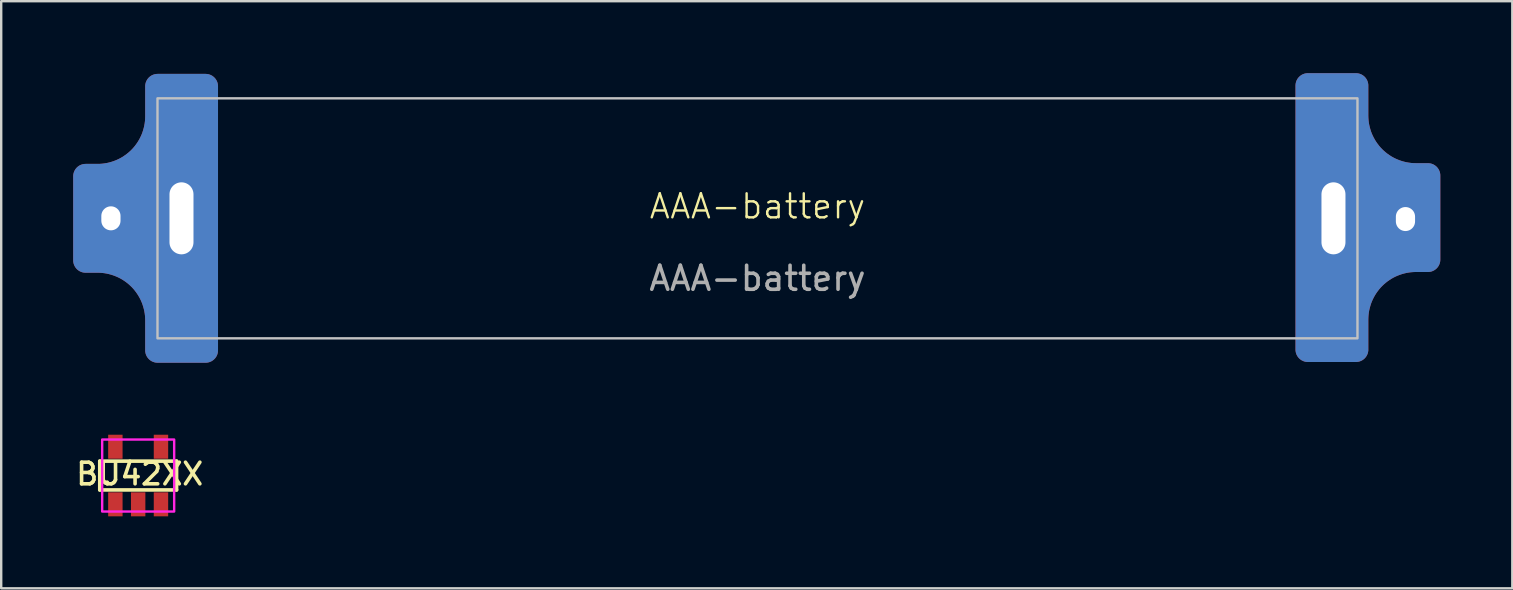
<source format=kicad_pcb>
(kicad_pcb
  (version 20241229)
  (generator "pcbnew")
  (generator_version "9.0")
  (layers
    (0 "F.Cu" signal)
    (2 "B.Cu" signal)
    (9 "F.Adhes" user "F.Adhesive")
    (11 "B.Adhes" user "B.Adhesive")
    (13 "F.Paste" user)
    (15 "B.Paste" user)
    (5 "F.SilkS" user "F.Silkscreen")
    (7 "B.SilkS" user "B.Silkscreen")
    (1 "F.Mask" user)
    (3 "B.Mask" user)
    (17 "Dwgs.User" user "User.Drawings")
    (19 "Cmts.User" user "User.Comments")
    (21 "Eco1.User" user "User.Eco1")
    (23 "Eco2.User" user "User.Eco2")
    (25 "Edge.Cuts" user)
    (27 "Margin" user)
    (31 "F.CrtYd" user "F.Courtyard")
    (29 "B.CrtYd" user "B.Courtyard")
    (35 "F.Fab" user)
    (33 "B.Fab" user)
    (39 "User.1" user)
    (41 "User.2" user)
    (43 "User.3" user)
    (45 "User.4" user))
  (footprint "AAA-battery"
    (layer "F.Cu")
    (at 28.512 6.047)
    (property "Reference" "AAA-battery" (at 0 -0.5 0) (unlocked yes) (layer "F.SilkS") (effects (font (size 1 1) (thickness 0.1))))
    (attr through_hole)
    (fp_rect (start -25 -5) (end 25 5) (stroke (width 0.1) (type default)) (fill no) (layer "Dwgs.User"))
    (fp_text user "${REFERENCE}" (at 0 2.5 0) (unlocked yes) (layer "F.Fab") (effects (font (size 1 1) (thickness 0.15))))
    (pad "1" thru_hole circle (at -26.94 0) (size 1 1) (drill oval 0.8 3.5) (layers "*.Cu" "*.Mask"))
    (pad "1" thru_hole custom (at -24 0 90) (size 3 3) (drill oval 10 1) (layers "*.Cu" "*.Mask") (options (anchor circle)) (primitives (gr_poly (pts (xy 6 -1.02) (xy 5.998 -1.045) (xy 5.995 -1.069) (xy 5.991 -1.093) (xy 5.986 -1.117) (xy 5.979 -1.14) (xy 5.971 -1.164) (xy 5.963 -1.186) (xy 5.953 -1.209) (xy 5.942 -1.231) (xy 5.93 -1.252) (xy 5.917 -1.273) (xy 5.902 -1.293) (xy 5.887 -1.312) (xy 5.871 -1.331) (xy 5.854 -1.349) (xy 5.836 -1.366) (xy 5.817 -1.382) (xy 5.798 -1.397) (xy 5.778 -1.411) (xy 5.757 -1.424) (xy 5.736 -1.436) (xy 5.714 -1.447) (xy 5.692 -1.457) (xy 5.669 -1.466) (xy 5.646 -1.474) (xy 5.622 -1.48) (xy 5.599 -1.485) (xy 5.574 -1.49) (xy 5.55 -1.493) (xy 5.525 -1.495) (xy 5.501 -1.495) (xy 4.251 -1.495) (xy 4.151 -1.498) (xy 4.053 -1.505) (xy 3.955 -1.517) (xy 3.859 -1.534) (xy 3.763 -1.556) (xy 3.669 -1.582) (xy 3.576 -1.612) (xy 3.485 -1.647) (xy 3.396 -1.687) (xy 3.309 -1.731) (xy 3.224 -1.779) (xy 3.141 -1.831) (xy 3.061 -1.888) (xy 2.983 -1.948) (xy 2.908 -2.012) (xy 2.836 -2.081) (xy 2.768 -2.153) (xy 2.704 -2.228) (xy 2.643 -2.305) (xy 2.587 -2.386) (xy 2.534 -2.468) (xy 2.486 -2.553) (xy 2.442 -2.641) (xy 2.403 -2.73) (xy 2.368 -2.821) (xy 2.337 -2.914) (xy 2.311 -3.008) (xy 2.289 -3.103) (xy 2.273 -3.2) (xy 2.26 -3.298) (xy 2.253 -3.396) (xy 2.251 -3.495) (xy 2.251 -3.995) (xy 2.25 -4.02) (xy 2.248 -4.045) (xy 2.245 -4.069) (xy 2.241 -4.093) (xy 2.236 -4.117) (xy 2.229 -4.141) (xy 2.221 -4.164) (xy 2.213 -4.187) (xy 2.203 -4.209) (xy 2.192 -4.231) (xy 2.18 -4.252) (xy 2.167 -4.273) (xy 2.152 -4.293) (xy 2.137 -4.312) (xy 2.121 -4.331) (xy 2.104 -4.349) (xy 2.086 -4.366) (xy 2.067 -4.382) (xy 2.048 -4.397) (xy 2.028 -4.411) (xy 2.007 -4.424) (xy 1.986 -4.436) (xy 1.964 -4.447) (xy 1.942 -4.457) (xy 1.919 -4.466) (xy 1.896 -4.473) (xy 1.872 -4.48) (xy 1.849 -4.485) (xy 1.824 -4.49) (xy 1.8 -4.493) (xy 1.775 -4.494) (xy 1.751 -4.495) (xy -1.749 -4.495) (xy -1.774 -4.494) (xy -1.799 -4.493) (xy -1.823 -4.49) (xy -1.847 -4.485) (xy -1.871 -4.48) (xy -1.895 -4.473) (xy -1.918 -4.466) (xy -1.941 -4.457) (xy -1.963 -4.447) (xy -1.985 -4.436) (xy -2.006 -4.424) (xy -2.027 -4.411) (xy -2.047 -4.397) (xy -2.066 -4.382) (xy -2.085 -4.366) (xy -2.103 -4.349) (xy -2.12 -4.331) (xy -2.136 -4.312) (xy -2.151 -4.293) (xy -2.165 -4.273) (xy -2.178 -4.252) (xy -2.191 -4.231) (xy -2.201 -4.209) (xy -2.211 -4.187) (xy -2.22 -4.164) (xy -2.228 -4.141) (xy -2.234 -4.117) (xy -2.24 -4.093) (xy -2.244 -4.069) (xy -2.247 -4.045) (xy -2.249 -4.02) (xy -2.249 -3.995) (xy -2.249 -3.495) (xy -2.252 -3.396) (xy -2.259 -3.298) (xy -2.271 -3.2) (xy -2.288 -3.103) (xy -2.31 -3.008) (xy -2.336 -2.914) (xy -2.367 -2.821) (xy -2.402 -2.73) (xy -2.441 -2.641) (xy -2.485 -2.553) (xy -2.533 -2.468) (xy -2.585 -2.386) (xy -2.642 -2.305) (xy -2.702 -2.228) (xy -2.767 -2.153) (xy -2.835 -2.081) (xy -2.907 -2.012) (xy -2.982 -1.948) (xy -3.06 -1.888) (xy -3.14 -1.831) (xy -3.223 -1.779) (xy -3.308 -1.731) (xy -3.395 -1.687) (xy -3.484 -1.647) (xy -3.575 -1.612) (xy -3.668 -1.582) (xy -3.762 -1.556) (xy -3.857 -1.534) (xy -3.954 -1.517) (xy -4.052 -1.505) (xy -4.15 -1.498) (xy -4.249 -1.495) (xy -5.499 -1.495) (xy -5.524 -1.495) (xy -5.549 -1.493) (xy -5.573 -1.49) (xy -5.597 -1.485) (xy -5.621 -1.48) (xy -5.645 -1.474) (xy -5.668 -1.466) (xy -5.691 -1.457) (xy -5.713 -1.447) (xy -5.735 -1.436) (xy -5.756 -1.424) (xy -5.777 -1.411) (xy -5.797 -1.397) (xy -5.816 -1.382) (xy -5.835 -1.366) (xy -5.853 -1.349) (xy -5.87 -1.331) (xy -5.886 -1.312) (xy -5.901 -1.293) (xy -5.915 -1.273) (xy -5.928 -1.252) (xy -5.941 -1.231) (xy -5.951 -1.209) (xy -5.961 -1.186) (xy -5.97 -1.164) (xy -5.978 -1.14) (xy -5.984 -1.117) (xy -5.99 -1.093) (xy -5.994 -1.069) (xy -5.997 -1.045) (xy -5.999 -1.02) (xy -5.999 -0.995) (xy -5.999 1.005) (xy -5.999 1.03) (xy -5.997 1.054) (xy -5.994 1.079) (xy -5.99 1.103) (xy -5.984 1.127) (xy -5.978 1.15) (xy -5.97 1.173) (xy -5.961 1.196) (xy -5.951 1.218) (xy -5.941 1.24) (xy -5.928 1.262) (xy -5.915 1.282) (xy -5.901 1.302) (xy -5.886 1.322) (xy -5.87 1.34) (xy -5.853 1.358) (xy -5.835 1.376) (xy -5.816 1.392) (xy -5.797 1.407) (xy -5.777 1.421) (xy -5.756 1.434) (xy -5.735 1.446) (xy -5.713 1.457) (xy -5.691 1.467) (xy -5.668 1.476) (xy -5.645 1.483) (xy -5.621 1.49) (xy -5.597 1.495) (xy -5.573 1.499) (xy -5.549 1.502) (xy -5.524 1.504) (xy -5.499 1.505) (xy 5.501 1.505) (xy 5.525 1.504) (xy 5.55 1.502) (xy 5.574 1.499) (xy 5.599 1.495) (xy 5.622 1.49) (xy 5.646 1.483) (xy 5.669 1.476) (xy 5.692 1.467) (xy 5.714 1.457) (xy 5.736 1.446) (xy 5.757 1.434) (xy 5.778 1.421) (xy 5.798 1.407) (xy 5.817 1.392) (xy 5.836 1.376) (xy 5.854 1.358) (xy 5.871 1.34) (xy 5.887 1.322) (xy 5.902 1.302) (xy 5.917 1.282) (xy 5.93 1.262) (xy 5.942 1.24) (xy 5.953 1.218) (xy 5.963 1.196) (xy 5.971 1.173) (xy 5.979 1.15) (xy 5.986 1.127) (xy 5.991 1.103) (xy 5.995 1.079) (xy 5.998 1.054) (xy 6 1.03) (xy 6.001 1.005) (xy 6.001 -0.995)) (width 0.034) (fill yes))))
    (pad "2" thru_hole custom (at 24 0 90) (size 3 3) (drill oval 10 1) (layers "*.Cu" "*.Mask") (options (anchor circle)) (primitives (gr_poly (pts (xy 6.03 0.96) (xy 6.028 0.985) (xy 6.025 1.009) (xy 6.021 1.033) (xy 6.016 1.057) (xy 6.009 1.08) (xy 6.001 1.104) (xy 5.993 1.126) (xy 5.983 1.149) (xy 5.972 1.171) (xy 5.96 1.192) (xy 5.947 1.213) (xy 5.932 1.233) (xy 5.917 1.252) (xy 5.901 1.271) (xy 5.884 1.289) (xy 5.866 1.306) (xy 5.847 1.322) (xy 5.828 1.337) (xy 5.808 1.351) (xy 5.787 1.364) (xy 5.766 1.376) (xy 5.744 1.387) (xy 5.722 1.397) (xy 5.699 1.406) (xy 5.676 1.414) (xy 5.652 1.42) (xy 5.629 1.425) (xy 5.604 1.43) (xy 5.58 1.433) (xy 5.555 1.435) (xy 5.531 1.435) (xy 4.281 1.435) (xy 4.181 1.438) (xy 4.083 1.445) (xy 3.985 1.457) (xy 3.889 1.474) (xy 3.793 1.496) (xy 3.699 1.522) (xy 3.606 1.552) (xy 3.515 1.587) (xy 3.426 1.627) (xy 3.339 1.671) (xy 3.254 1.719) (xy 3.171 1.771) (xy 3.091 1.828) (xy 3.013 1.888) (xy 2.938 1.952) (xy 2.866 2.021) (xy 2.798 2.093) (xy 2.734 2.168) (xy 2.673 2.245) (xy 2.617 2.326) (xy 2.564 2.408) (xy 2.516 2.493) (xy 2.472 2.581) (xy 2.433 2.67) (xy 2.398 2.761) (xy 2.367 2.854) (xy 2.341 2.948) (xy 2.319 3.043) (xy 2.303 3.14) (xy 2.29 3.238) (xy 2.283 3.336) (xy 2.281 3.435) (xy 2.281 3.935) (xy 2.28 3.96) (xy 2.278 3.985) (xy 2.275 4.009) (xy 2.271 4.033) (xy 2.266 4.057) (xy 2.259 4.081) (xy 2.251 4.104) (xy 2.243 4.127) (xy 2.233 4.149) (xy 2.222 4.171) (xy 2.21 4.192) (xy 2.197 4.213) (xy 2.182 4.233) (xy 2.167 4.252) (xy 2.151 4.271) (xy 2.134 4.289) (xy 2.116 4.306) (xy 2.097 4.322) (xy 2.078 4.337) (xy 2.058 4.351) (xy 2.037 4.364) (xy 2.016 4.376) (xy 1.994 4.387) (xy 1.972 4.397) (xy 1.949 4.406) (xy 1.926 4.413) (xy 1.902 4.42) (xy 1.879 4.425) (xy 1.854 4.43) (xy 1.83 4.433) (xy 1.805 4.434) (xy 1.781 4.435) (xy -1.719 4.435) (xy -1.744 4.434) (xy -1.769 4.433) (xy -1.793 4.43) (xy -1.817 4.425) (xy -1.841 4.42) (xy -1.865 4.413) (xy -1.888 4.406) (xy -1.911 4.397) (xy -1.933 4.387) (xy -1.955 4.376) (xy -1.976 4.364) (xy -1.997 4.351) (xy -2.017 4.337) (xy -2.036 4.322) (xy -2.055 4.306) (xy -2.073 4.289) (xy -2.09 4.271) (xy -2.106 4.252) (xy -2.121 4.233) (xy -2.135 4.213) (xy -2.148 4.192) (xy -2.161 4.171) (xy -2.171 4.149) (xy -2.181 4.127) (xy -2.19 4.104) (xy -2.198 4.081) (xy -2.204 4.057) (xy -2.21 4.033) (xy -2.214 4.009) (xy -2.217 3.985) (xy -2.219 3.96) (xy -2.219 3.935) (xy -2.219 3.435) (xy -2.222 3.336) (xy -2.229 3.238) (xy -2.241 3.14) (xy -2.258 3.043) (xy -2.28 2.948) (xy -2.306 2.854) (xy -2.337 2.761) (xy -2.372 2.67) (xy -2.411 2.581) (xy -2.455 2.493) (xy -2.503 2.408) (xy -2.555 2.326) (xy -2.612 2.245) (xy -2.672 2.168) (xy -2.737 2.093) (xy -2.805 2.021) (xy -2.877 1.952) (xy -2.952 1.888) (xy -3.03 1.828) (xy -3.11 1.771) (xy -3.193 1.719) (xy -3.278 1.671) (xy -3.365 1.627) (xy -3.454 1.587) (xy -3.545 1.552) (xy -3.638 1.522) (xy -3.732 1.496) (xy -3.827 1.474) (xy -3.924 1.457) (xy -4.022 1.445) (xy -4.12 1.438) (xy -4.219 1.435) (xy -5.469 1.435) (xy -5.494 1.435) (xy -5.519 1.433) (xy -5.543 1.43) (xy -5.567 1.425) (xy -5.591 1.42) (xy -5.615 1.414) (xy -5.638 1.406) (xy -5.661 1.397) (xy -5.683 1.387) (xy -5.705 1.376) (xy -5.726 1.364) (xy -5.747 1.351) (xy -5.767 1.337) (xy -5.786 1.322) (xy -5.805 1.306) (xy -5.823 1.289) (xy -5.84 1.271) (xy -5.856 1.252) (xy -5.871 1.233) (xy -5.885 1.213) (xy -5.898 1.192) (xy -5.911 1.171) (xy -5.921 1.149) (xy -5.931 1.126) (xy -5.94 1.104) (xy -5.948 1.08) (xy -5.954 1.057) (xy -5.96 1.033) (xy -5.964 1.009) (xy -5.967 0.985) (xy -5.969 0.96) (xy -5.969 0.935) (xy -5.969 -1.065) (xy -5.969 -1.09) (xy -5.967 -1.114) (xy -5.964 -1.139) (xy -5.96 -1.163) (xy -5.954 -1.187) (xy -5.948 -1.21) (xy -5.94 -1.233) (xy -5.931 -1.256) (xy -5.921 -1.278) (xy -5.911 -1.3) (xy -5.898 -1.322) (xy -5.885 -1.342) (xy -5.871 -1.362) (xy -5.856 -1.382) (xy -5.84 -1.4) (xy -5.823 -1.418) (xy -5.805 -1.436) (xy -5.786 -1.452) (xy -5.767 -1.467) (xy -5.747 -1.481) (xy -5.726 -1.494) (xy -5.705 -1.506) (xy -5.683 -1.517) (xy -5.661 -1.527) (xy -5.638 -1.536) (xy -5.615 -1.543) (xy -5.591 -1.55) (xy -5.567 -1.555) (xy -5.543 -1.559) (xy -5.519 -1.562) (xy -5.494 -1.564) (xy -5.469 -1.565) (xy 5.531 -1.565) (xy 5.555 -1.564) (xy 5.58 -1.562) (xy 5.604 -1.559) (xy 5.629 -1.555) (xy 5.652 -1.55) (xy 5.676 -1.543) (xy 5.699 -1.536) (xy 5.722 -1.527) (xy 5.744 -1.517) (xy 5.766 -1.506) (xy 5.787 -1.494) (xy 5.808 -1.481) (xy 5.828 -1.467) (xy 5.847 -1.452) (xy 5.866 -1.436) (xy 5.884 -1.418) (xy 5.901 -1.4) (xy 5.917 -1.382) (xy 5.932 -1.362) (xy 5.947 -1.342) (xy 5.96 -1.322) (xy 5.972 -1.3) (xy 5.983 -1.278) (xy 5.993 -1.256) (xy 6.001 -1.233) (xy 6.009 -1.21) (xy 6.016 -1.187) (xy 6.021 -1.163) (xy 6.025 -1.139) (xy 6.028 -1.114) (xy 6.03 -1.09) (xy 6.031 -1.065) (xy 6.031 0.935)) (width 0.034) (fill yes))))
    (pad "2" thru_hole circle (at 27 0.03) (size 1 1) (drill oval 0.8 3.5) (layers "*.Cu" "*.Mask")))
  (footprint "BU42XX"
    (layer "F.Cu")
    (at 2.707 16.764)
    (property "Reference" "BU42XX" (at 0.064 -0.064 0) (layer "F.SilkS") (effects (font (size 0.9 0.9) (thickness 0.15))))
    (attr through_hole)
    (fp_line (start -1.6 -0.6) (end -1.6 0.6) (stroke (width 0.15) (type solid)) (layer "F.SilkS"))
    (fp_line (start -1.6 0.6) (end 1.6 0.6) (stroke (width 0.15) (type solid)) (layer "F.SilkS"))
    (fp_line (start 1.6 -0.6) (end -1.6 -0.6) (stroke (width 0.15) (type solid)) (layer "F.SilkS"))
    (fp_line (start 1.6 0.6) (end 1.6 -0.6) (stroke (width 0.15) (type solid)) (layer "F.SilkS"))
    (fp_circle (center -1.3 0.3) (end -1.2 0.3) (stroke (width 0) (type solid)) (fill yes) (layer "F.SilkS"))
    (fp_rect (start -1.5 -1.5) (end 1.5 1.5) (stroke (width 0.1) (type default)) (fill no) (layer "F.CrtYd"))
    (pad "1" smd rect (at -0.95 1.2) (size 0.6 1) (layers "F.Cu" "F.Mask" "F.Paste"))
    (pad "2" smd rect (at 0 1.2) (size 0.6 1) (layers "F.Cu" "F.Mask" "F.Paste"))
    (pad "3" smd rect (at 0.95 1.2) (size 0.6 1) (layers "F.Cu" "F.Mask" "F.Paste"))
    (pad "4" smd rect (at 0.95 -1.2) (size 0.6 1) (layers "F.Cu" "F.Mask" "F.Paste"))
    (pad "5" smd rect (at -0.95 -1.2) (size 0.6 1) (layers "F.Cu" "F.Mask" "F.Paste")))
  (gr_rect
    (start -3 -3)
    (end 59.964 21.464)
    (stroke (width 0.1) (type default))
    (fill no)
    (layer "Edge.Cuts")))
</source>
